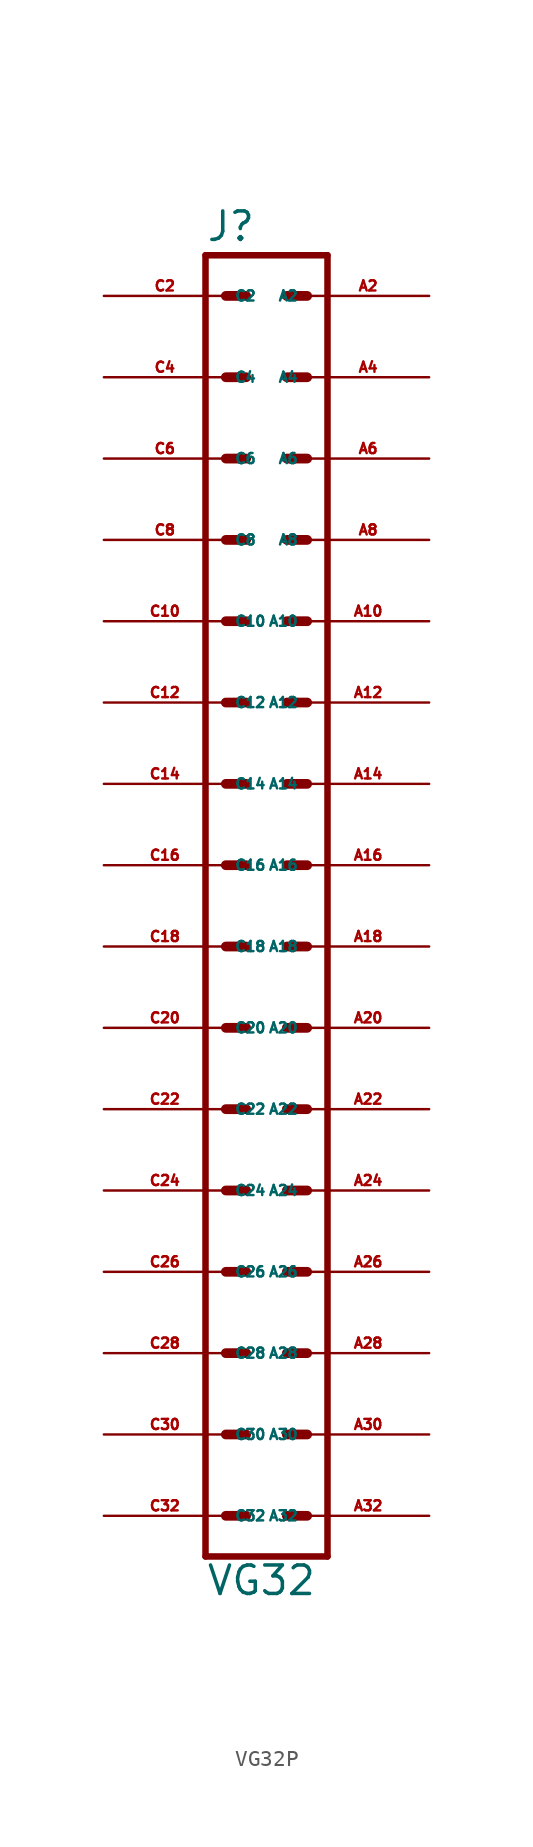
<source format=kicad_sym>
(kicad_symbol_lib
  (version 20220914)
  (generator Eagle2Kicad)
  (symbol "VG32P"
    (property "Reference" "J"
      (at -3.81 43.942 0)
      (effects (font (size 1.778 1.778) (thickness 0.22)) (justify left bottom)))
    (property "Value" "VG32"
      (at -3.81 -40.64 0)
      (effects (font (size 1.778 1.778) (thickness 0.22)) (justify left bottom)))
    (polyline
      (pts (xy 3.81 -38.1) (xy -3.81 -38.1))
      (stroke (width 0.406) (type default))
      (fill (type none)))
    (polyline
      (pts (xy -3.81 43.18) (xy -3.81 -38.1))
      (stroke (width 0.406) (type default))
      (fill (type none)))
    (polyline
      (pts (xy -3.81 43.18) (xy 3.81 43.18))
      (stroke (width 0.406) (type default))
      (fill (type none)))
    (polyline
      (pts (xy 3.81 -38.1) (xy 3.81 43.18))
      (stroke (width 0.406) (type default))
      (fill (type none)))
    (polyline
      (pts (xy -2.54 -35.56) (xy -1.27 -35.56))
      (stroke (width 0.61) (type default))
      (fill (type none)))
    (polyline
      (pts (xy -2.54 -30.48) (xy -1.27 -30.48))
      (stroke (width 0.61) (type default))
      (fill (type none)))
    (polyline
      (pts (xy -2.54 -25.4) (xy -1.27 -25.4))
      (stroke (width 0.61) (type default))
      (fill (type none)))
    (polyline
      (pts (xy -2.54 -20.32) (xy -1.27 -20.32))
      (stroke (width 0.61) (type default))
      (fill (type none)))
    (polyline
      (pts (xy -2.54 -15.24) (xy -1.27 -15.24))
      (stroke (width 0.61) (type default))
      (fill (type none)))
    (polyline
      (pts (xy -2.54 -10.16) (xy -1.27 -10.16))
      (stroke (width 0.61) (type default))
      (fill (type none)))
    (polyline
      (pts (xy -2.54 -5.08) (xy -1.27 -5.08))
      (stroke (width 0.61) (type default))
      (fill (type none)))
    (polyline
      (pts (xy -2.54 0) (xy -1.27 0))
      (stroke (width 0.61) (type default))
      (fill (type none)))
    (polyline
      (pts (xy -2.54 5.08) (xy -1.27 5.08))
      (stroke (width 0.61) (type default))
      (fill (type none)))
    (polyline
      (pts (xy -2.54 10.16) (xy -1.27 10.16))
      (stroke (width 0.61) (type default))
      (fill (type none)))
    (polyline
      (pts (xy -2.54 15.24) (xy -1.27 15.24))
      (stroke (width 0.61) (type default))
      (fill (type none)))
    (polyline
      (pts (xy -2.54 20.32) (xy -1.27 20.32))
      (stroke (width 0.61) (type default))
      (fill (type none)))
    (polyline
      (pts (xy -2.54 25.4) (xy -1.27 25.4))
      (stroke (width 0.61) (type default))
      (fill (type none)))
    (polyline
      (pts (xy -2.54 30.48) (xy -1.27 30.48))
      (stroke (width 0.61) (type default))
      (fill (type none)))
    (polyline
      (pts (xy -2.54 35.56) (xy -1.27 35.56))
      (stroke (width 0.61) (type default))
      (fill (type none)))
    (polyline
      (pts (xy -2.54 40.64) (xy -1.27 40.64))
      (stroke (width 0.61) (type default))
      (fill (type none)))
    (polyline
      (pts (xy 2.54 -35.56) (xy 1.27 -35.56))
      (stroke (width 0.61) (type default))
      (fill (type none)))
    (polyline
      (pts (xy 2.54 -30.48) (xy 1.27 -30.48))
      (stroke (width 0.61) (type default))
      (fill (type none)))
    (polyline
      (pts (xy 2.54 -25.4) (xy 1.27 -25.4))
      (stroke (width 0.61) (type default))
      (fill (type none)))
    (polyline
      (pts (xy 2.54 -20.32) (xy 1.27 -20.32))
      (stroke (width 0.61) (type default))
      (fill (type none)))
    (polyline
      (pts (xy 2.54 -15.24) (xy 1.27 -15.24))
      (stroke (width 0.61) (type default))
      (fill (type none)))
    (polyline
      (pts (xy 2.54 -10.16) (xy 1.27 -10.16))
      (stroke (width 0.61) (type default))
      (fill (type none)))
    (polyline
      (pts (xy 2.54 -5.08) (xy 1.27 -5.08))
      (stroke (width 0.61) (type default))
      (fill (type none)))
    (polyline
      (pts (xy 2.54 0) (xy 1.27 0))
      (stroke (width 0.61) (type default))
      (fill (type none)))
    (polyline
      (pts (xy 2.54 5.08) (xy 1.27 5.08))
      (stroke (width 0.61) (type default))
      (fill (type none)))
    (polyline
      (pts (xy 2.54 10.16) (xy 1.27 10.16))
      (stroke (width 0.61) (type default))
      (fill (type none)))
    (polyline
      (pts (xy 2.54 15.24) (xy 1.27 15.24))
      (stroke (width 0.61) (type default))
      (fill (type none)))
    (polyline
      (pts (xy 2.54 20.32) (xy 1.27 20.32))
      (stroke (width 0.61) (type default))
      (fill (type none)))
    (polyline
      (pts (xy 2.54 25.4) (xy 1.27 25.4))
      (stroke (width 0.61) (type default))
      (fill (type none)))
    (polyline
      (pts (xy 2.54 30.48) (xy 1.27 30.48))
      (stroke (width 0.61) (type default))
      (fill (type none)))
    (polyline
      (pts (xy 2.54 35.56) (xy 1.27 35.56))
      (stroke (width 0.61) (type default))
      (fill (type none)))
    (polyline
      (pts (xy 2.54 40.64) (xy 1.27 40.64))
      (stroke (width 0.61) (type default))
      (fill (type none)))
    (pin passive line
      (at 10.16 40.64 180)
      (length 7.62)
      (name "A2" (effects (font (size 0.635 0.635) (thickness 0.08)) (justify left bottom)))
      (number "A2" (effects (font (size 0.635 0.635) (thickness 0.08)) (justify left bottom))))
    (pin passive line
      (at 10.16 35.56 180)
      (length 7.62)
      (name "A4" (effects (font (size 0.635 0.635) (thickness 0.08)) (justify left bottom)))
      (number "A4" (effects (font (size 0.635 0.635) (thickness 0.08)) (justify left bottom))))
    (pin passive line
      (at 10.16 30.48 180)
      (length 7.62)
      (name "A6" (effects (font (size 0.635 0.635) (thickness 0.08)) (justify left bottom)))
      (number "A6" (effects (font (size 0.635 0.635) (thickness 0.08)) (justify left bottom))))
    (pin passive line
      (at 10.16 25.4 180)
      (length 7.62)
      (name "A8" (effects (font (size 0.635 0.635) (thickness 0.08)) (justify left bottom)))
      (number "A8" (effects (font (size 0.635 0.635) (thickness 0.08)) (justify left bottom))))
    (pin passive line
      (at 10.16 20.32 180)
      (length 7.62)
      (name "A10" (effects (font (size 0.635 0.635) (thickness 0.08)) (justify left bottom)))
      (number "A10" (effects (font (size 0.635 0.635) (thickness 0.08)) (justify left bottom))))
    (pin passive line
      (at 10.16 15.24 180)
      (length 7.62)
      (name "A12" (effects (font (size 0.635 0.635) (thickness 0.08)) (justify left bottom)))
      (number "A12" (effects (font (size 0.635 0.635) (thickness 0.08)) (justify left bottom))))
    (pin passive line
      (at 10.16 10.16 180)
      (length 7.62)
      (name "A14" (effects (font (size 0.635 0.635) (thickness 0.08)) (justify left bottom)))
      (number "A14" (effects (font (size 0.635 0.635) (thickness 0.08)) (justify left bottom))))
    (pin passive line
      (at 10.16 5.08 180)
      (length 7.62)
      (name "A16" (effects (font (size 0.635 0.635) (thickness 0.08)) (justify left bottom)))
      (number "A16" (effects (font (size 0.635 0.635) (thickness 0.08)) (justify left bottom))))
    (pin passive line
      (at 10.16 0 180)
      (length 7.62)
      (name "A18" (effects (font (size 0.635 0.635) (thickness 0.08)) (justify left bottom)))
      (number "A18" (effects (font (size 0.635 0.635) (thickness 0.08)) (justify left bottom))))
    (pin passive line
      (at 10.16 -5.08 180)
      (length 7.62)
      (name "A20" (effects (font (size 0.635 0.635) (thickness 0.08)) (justify left bottom)))
      (number "A20" (effects (font (size 0.635 0.635) (thickness 0.08)) (justify left bottom))))
    (pin passive line
      (at 10.16 -10.16 180)
      (length 7.62)
      (name "A22" (effects (font (size 0.635 0.635) (thickness 0.08)) (justify left bottom)))
      (number "A22" (effects (font (size 0.635 0.635) (thickness 0.08)) (justify left bottom))))
    (pin passive line
      (at 10.16 -15.24 180)
      (length 7.62)
      (name "A24" (effects (font (size 0.635 0.635) (thickness 0.08)) (justify left bottom)))
      (number "A24" (effects (font (size 0.635 0.635) (thickness 0.08)) (justify left bottom))))
    (pin passive line
      (at 10.16 -20.32 180)
      (length 7.62)
      (name "A26" (effects (font (size 0.635 0.635) (thickness 0.08)) (justify left bottom)))
      (number "A26" (effects (font (size 0.635 0.635) (thickness 0.08)) (justify left bottom))))
    (pin passive line
      (at 10.16 -25.4 180)
      (length 7.62)
      (name "A28" (effects (font (size 0.635 0.635) (thickness 0.08)) (justify left bottom)))
      (number "A28" (effects (font (size 0.635 0.635) (thickness 0.08)) (justify left bottom))))
    (pin passive line
      (at 10.16 -30.48 180)
      (length 7.62)
      (name "A30" (effects (font (size 0.635 0.635) (thickness 0.08)) (justify left bottom)))
      (number "A30" (effects (font (size 0.635 0.635) (thickness 0.08)) (justify left bottom))))
    (pin passive line
      (at 10.16 -35.56 180)
      (length 7.62)
      (name "A32" (effects (font (size 0.635 0.635) (thickness 0.08)) (justify left bottom)))
      (number "A32" (effects (font (size 0.635 0.635) (thickness 0.08)) (justify left bottom))))
    (pin passive line
      (at -10.16 40.64 0)
      (length 7.62)
      (name "C2" (effects (font (size 0.635 0.635) (thickness 0.08)) (justify left bottom)))
      (number "C2" (effects (font (size 0.635 0.635) (thickness 0.08)) (justify left bottom))))
    (pin passive line
      (at -10.16 35.56 0)
      (length 7.62)
      (name "C4" (effects (font (size 0.635 0.635) (thickness 0.08)) (justify left bottom)))
      (number "C4" (effects (font (size 0.635 0.635) (thickness 0.08)) (justify left bottom))))
    (pin passive line
      (at -10.16 30.48 0)
      (length 7.62)
      (name "C6" (effects (font (size 0.635 0.635) (thickness 0.08)) (justify left bottom)))
      (number "C6" (effects (font (size 0.635 0.635) (thickness 0.08)) (justify left bottom))))
    (pin passive line
      (at -10.16 25.4 0)
      (length 7.62)
      (name "C8" (effects (font (size 0.635 0.635) (thickness 0.08)) (justify left bottom)))
      (number "C8" (effects (font (size 0.635 0.635) (thickness 0.08)) (justify left bottom))))
    (pin passive line
      (at -10.16 20.32 0)
      (length 7.62)
      (name "C10" (effects (font (size 0.635 0.635) (thickness 0.08)) (justify left bottom)))
      (number "C10" (effects (font (size 0.635 0.635) (thickness 0.08)) (justify left bottom))))
    (pin passive line
      (at -10.16 15.24 0)
      (length 7.62)
      (name "C12" (effects (font (size 0.635 0.635) (thickness 0.08)) (justify left bottom)))
      (number "C12" (effects (font (size 0.635 0.635) (thickness 0.08)) (justify left bottom))))
    (pin passive line
      (at -10.16 10.16 0)
      (length 7.62)
      (name "C14" (effects (font (size 0.635 0.635) (thickness 0.08)) (justify left bottom)))
      (number "C14" (effects (font (size 0.635 0.635) (thickness 0.08)) (justify left bottom))))
    (pin passive line
      (at -10.16 5.08 0)
      (length 7.62)
      (name "C16" (effects (font (size 0.635 0.635) (thickness 0.08)) (justify left bottom)))
      (number "C16" (effects (font (size 0.635 0.635) (thickness 0.08)) (justify left bottom))))
    (pin passive line
      (at -10.16 0 0)
      (length 7.62)
      (name "C18" (effects (font (size 0.635 0.635) (thickness 0.08)) (justify left bottom)))
      (number "C18" (effects (font (size 0.635 0.635) (thickness 0.08)) (justify left bottom))))
    (pin passive line
      (at -10.16 -5.08 0)
      (length 7.62)
      (name "C20" (effects (font (size 0.635 0.635) (thickness 0.08)) (justify left bottom)))
      (number "C20" (effects (font (size 0.635 0.635) (thickness 0.08)) (justify left bottom))))
    (pin passive line
      (at -10.16 -10.16 0)
      (length 7.62)
      (name "C22" (effects (font (size 0.635 0.635) (thickness 0.08)) (justify left bottom)))
      (number "C22" (effects (font (size 0.635 0.635) (thickness 0.08)) (justify left bottom))))
    (pin passive line
      (at -10.16 -15.24 0)
      (length 7.62)
      (name "C24" (effects (font (size 0.635 0.635) (thickness 0.08)) (justify left bottom)))
      (number "C24" (effects (font (size 0.635 0.635) (thickness 0.08)) (justify left bottom))))
    (pin passive line
      (at -10.16 -20.32 0)
      (length 7.62)
      (name "C26" (effects (font (size 0.635 0.635) (thickness 0.08)) (justify left bottom)))
      (number "C26" (effects (font (size 0.635 0.635) (thickness 0.08)) (justify left bottom))))
    (pin passive line
      (at -10.16 -25.4 0)
      (length 7.62)
      (name "C28" (effects (font (size 0.635 0.635) (thickness 0.08)) (justify left bottom)))
      (number "C28" (effects (font (size 0.635 0.635) (thickness 0.08)) (justify left bottom))))
    (pin passive line
      (at -10.16 -30.48 0)
      (length 7.62)
      (name "C30" (effects (font (size 0.635 0.635) (thickness 0.08)) (justify left bottom)))
      (number "C30" (effects (font (size 0.635 0.635) (thickness 0.08)) (justify left bottom))))
    (pin passive line
      (at -10.16 -35.56 0)
      (length 7.62)
      (name "C32" (effects (font (size 0.635 0.635) (thickness 0.08)) (justify left bottom)))
      (number "C32" (effects (font (size 0.635 0.635) (thickness 0.08)) (justify left bottom))))))
</source>
